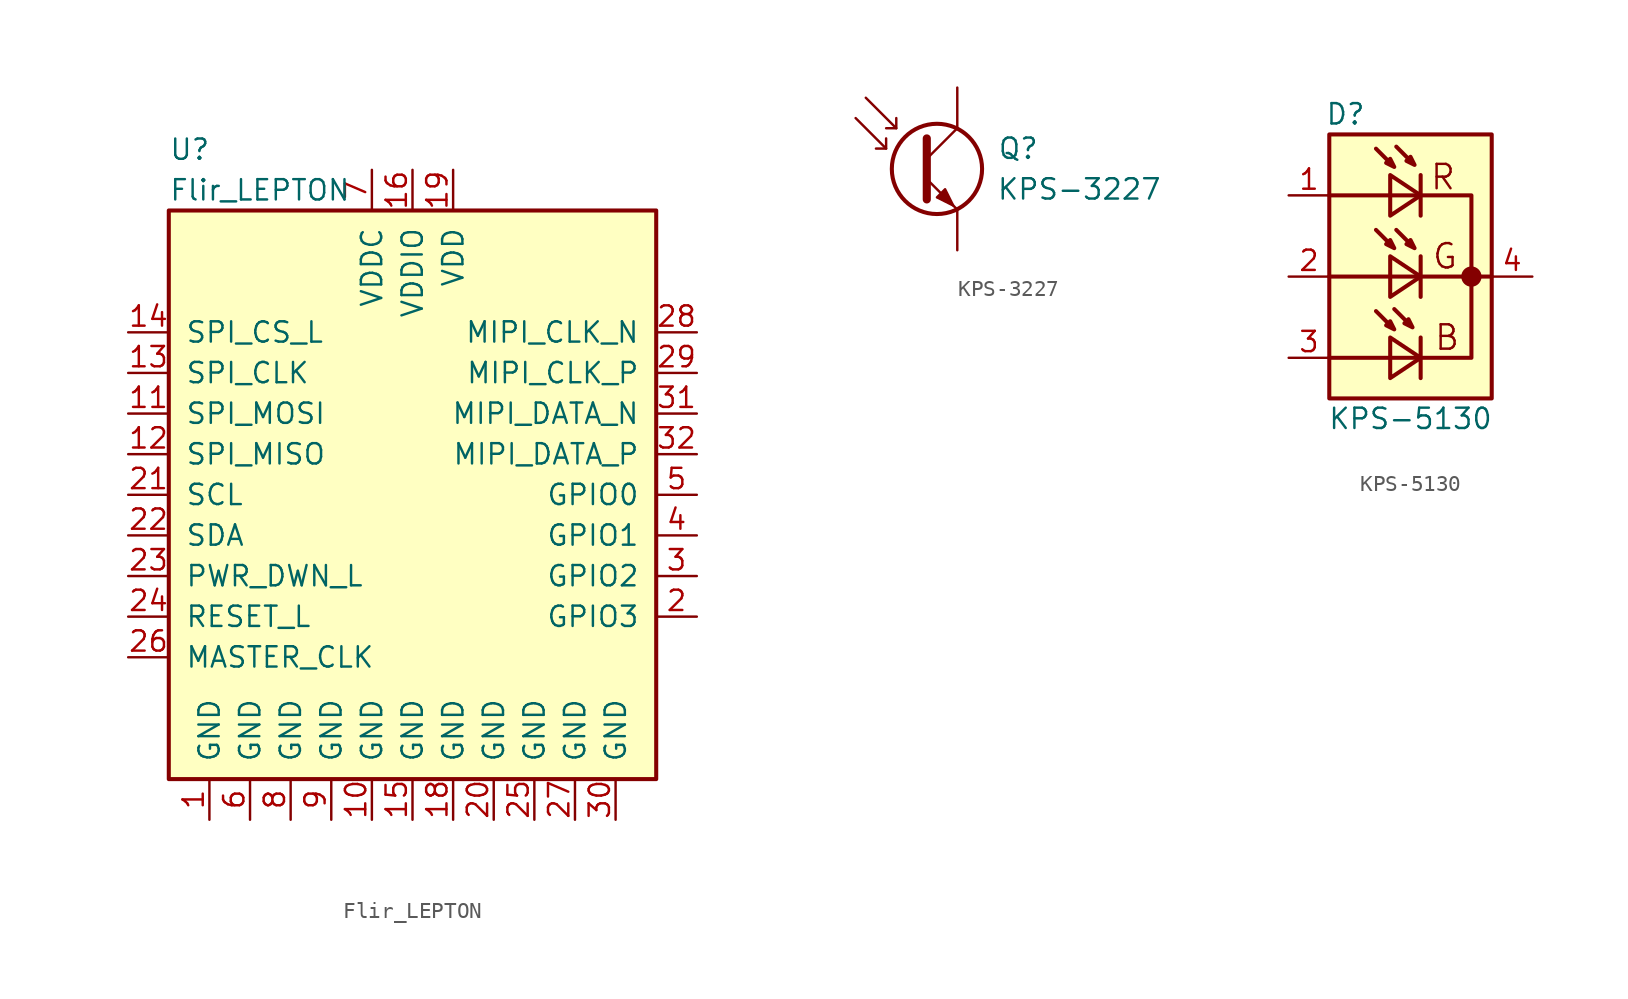
<source format=kicad_sym>
(kicad_symbol_lib
  (version 20211014)
  (generator kicad_symbol_editor)
  (symbol "Sensor_Optical:Flir_LEPTON"
    (pin_names
      (offset 1.016))
    (property "Reference" "U"
      (at -15.24 21.59 0)
      (effects (font (size 1.27 1.27)) (justify left)))
    (property "Value" "Flir_LEPTON"
      (at -15.24 19.05 0)
      (effects (font (size 1.27 1.27)) (justify left)))
    (symbol "Flir_LEPTON_0_1"
      (rectangle (start -15.24 17.78) (end 15.24 -17.78) (stroke (width 0.254) (type default) (color 0 0 0 0)) (fill (type background))))
    (symbol "Flir_LEPTON_1_1"
      (pin power_in line (at -12.7 -20.32 90) (length 2.54) (name "GND" (effects (font (size 1.27 1.27)))) (number "1" (effects (font (size 1.27 1.27)))))
      (pin power_in line (at -2.54 -20.32 90) (length 2.54) (name "GND" (effects (font (size 1.27 1.27)))) (number "10" (effects (font (size 1.27 1.27)))))
      (pin input line (at -17.78 5.08 0) (length 2.54) (name "SPI_MOSI" (effects (font (size 1.27 1.27)))) (number "11" (effects (font (size 1.27 1.27)))))
      (pin output line (at -17.78 2.54 0) (length 2.54) (name "SPI_MISO" (effects (font (size 1.27 1.27)))) (number "12" (effects (font (size 1.27 1.27)))))
      (pin input line (at -17.78 7.62 0) (length 2.54) (name "SPI_CLK" (effects (font (size 1.27 1.27)))) (number "13" (effects (font (size 1.27 1.27)))))
      (pin input line (at -17.78 10.16 0) (length 2.54) (name "SPI_CS_L" (effects (font (size 1.27 1.27)))) (number "14" (effects (font (size 1.27 1.27)))))
      (pin power_in line (at 0 -20.32 90) (length 2.54) (name "GND" (effects (font (size 1.27 1.27)))) (number "15" (effects (font (size 1.27 1.27)))))
      (pin power_in line (at 0 20.32 270) (length 2.54) (name "VDDIO" (effects (font (size 1.27 1.27)))) (number "16" (effects (font (size 1.27 1.27)))))
      (pin no_connect line (at 17.78 -10.16 180) (length 2.54) hide (name "NC" (effects (font (size 1.27 1.27)))) (number "17" (effects (font (size 1.27 1.27)))))
      (pin power_in line (at 2.54 -20.32 90) (length 2.54) (name "GND" (effects (font (size 1.27 1.27)))) (number "18" (effects (font (size 1.27 1.27)))))
      (pin power_in line (at 2.54 20.32 270) (length 2.54) (name "VDD" (effects (font (size 1.27 1.27)))) (number "19" (effects (font (size 1.27 1.27)))))
      (pin bidirectional line (at 17.78 -7.62 180) (length 2.54) (name "GPIO3" (effects (font (size 1.27 1.27)))) (number "2" (effects (font (size 1.27 1.27)))))
      (pin power_in line (at 5.08 -20.32 90) (length 2.54) (name "GND" (effects (font (size 1.27 1.27)))) (number "20" (effects (font (size 1.27 1.27)))))
      (pin input line (at -17.78 0 0) (length 2.54) (name "SCL" (effects (font (size 1.27 1.27)))) (number "21" (effects (font (size 1.27 1.27)))))
      (pin bidirectional line (at -17.78 -2.54 0) (length 2.54) (name "SDA" (effects (font (size 1.27 1.27)))) (number "22" (effects (font (size 1.27 1.27)))))
      (pin input line (at -17.78 -5.08 0) (length 2.54) (name "PWR_DWN_L" (effects (font (size 1.27 1.27)))) (number "23" (effects (font (size 1.27 1.27)))))
      (pin input line (at -17.78 -7.62 0) (length 2.54) (name "RESET_L" (effects (font (size 1.27 1.27)))) (number "24" (effects (font (size 1.27 1.27)))))
      (pin power_in line (at 7.62 -20.32 90) (length 2.54) (name "GND" (effects (font (size 1.27 1.27)))) (number "25" (effects (font (size 1.27 1.27)))))
      (pin input line (at -17.78 -10.16 0) (length 2.54) (name "MASTER_CLK" (effects (font (size 1.27 1.27)))) (number "26" (effects (font (size 1.27 1.27)))))
      (pin power_in line (at 10.16 -20.32 90) (length 2.54) (name "GND" (effects (font (size 1.27 1.27)))) (number "27" (effects (font (size 1.27 1.27)))))
      (pin output line (at 17.78 10.16 180) (length 2.54) (name "MIPI_CLK_N" (effects (font (size 1.27 1.27)))) (number "28" (effects (font (size 1.27 1.27)))))
      (pin output line (at 17.78 7.62 180) (length 2.54) (name "MIPI_CLK_P" (effects (font (size 1.27 1.27)))) (number "29" (effects (font (size 1.27 1.27)))))
      (pin bidirectional line (at 17.78 -5.08 180) (length 2.54) (name "GPIO2" (effects (font (size 1.27 1.27)))) (number "3" (effects (font (size 1.27 1.27)))))
      (pin power_in line (at 12.7 -20.32 90) (length 2.54) (name "GND" (effects (font (size 1.27 1.27)))) (number "30" (effects (font (size 1.27 1.27)))))
      (pin output line (at 17.78 5.08 180) (length 2.54) (name "MIPI_DATA_N" (effects (font (size 1.27 1.27)))) (number "31" (effects (font (size 1.27 1.27)))))
      (pin output line (at 17.78 2.54 180) (length 2.54) (name "MIPI_DATA_P" (effects (font (size 1.27 1.27)))) (number "32" (effects (font (size 1.27 1.27)))))
      (pin bidirectional line (at 17.78 -2.54 180) (length 2.54) (name "GPIO1" (effects (font (size 1.27 1.27)))) (number "4" (effects (font (size 1.27 1.27)))))
      (pin bidirectional line (at 17.78 0 180) (length 2.54) (name "GPIO0" (effects (font (size 1.27 1.27)))) (number "5" (effects (font (size 1.27 1.27)))))
      (pin power_in line (at -10.16 -20.32 90) (length 2.54) (name "GND" (effects (font (size 1.27 1.27)))) (number "6" (effects (font (size 1.27 1.27)))))
      (pin power_in line (at -2.54 20.32 270) (length 2.54) (name "VDDC" (effects (font (size 1.27 1.27)))) (number "7" (effects (font (size 1.27 1.27)))))
      (pin power_in line (at -7.62 -20.32 90) (length 2.54) (name "GND" (effects (font (size 1.27 1.27)))) (number "8" (effects (font (size 1.27 1.27)))))
      (pin power_in line (at -5.08 -20.32 90) (length 2.54) (name "GND" (effects (font (size 1.27 1.27)))) (number "9" (effects (font (size 1.27 1.27)))))))
  (symbol "Sensor_Optical:KPS-3227"
    (pin_numbers hide)
    (property "Reference" "Q"
      (at 3.81 1.27 0)
      (effects (font (size 1.27 1.27))))
    (property "Value" "KPS-3227"
      (at 7.62 -1.27 0)
      (effects (font (size 1.27 1.27))))
    (symbol "KPS-3227_1_1"
      (circle (center -1.27 0) (radius 2.819) (stroke (width 0.254)) (stroke (width 0.254) (type default) (color 0 0 0 0)) (fill (type none)))
      (polyline (pts (xy -4.445 1.27) (xy -5.08 1.27)) (stroke (width 0) (type default) (color 0 0 0 0)) (fill (type none)))
      (polyline (pts (xy -3.81 2.54) (xy -4.445 2.54)) (stroke (width 0) (type default) (color 0 0 0 0)) (fill (type none)))
      (polyline (pts (xy -1.905 0.635) (xy 0 2.54)) (stroke (width 0) (type default) (color 0 0 0 0)) (fill (type none)))
      (polyline (pts (xy -6.35 3.175) (xy -4.445 1.27) (xy -4.445 1.905)) (stroke (width 0) (type default) (color 0 0 0 0)) (fill (type none)))
      (polyline (pts (xy -5.715 4.445) (xy -3.81 2.54) (xy -3.81 3.175)) (stroke (width 0) (type default) (color 0 0 0 0)) (fill (type none)))
      (polyline (pts (xy -1.905 -0.635) (xy 0 -2.54) (xy 0 -2.54)) (stroke (width 0) (type default) (color 0 0 0 0)) (fill (type none)))
      (polyline (pts (xy -1.905 1.905) (xy -1.905 -1.905) (xy -1.905 -1.905)) (stroke (width 0.508) (type default) (color 0 0 0 0)) (fill (type none)))
      (polyline (pts (xy -1.27 -1.778) (xy -0.762 -1.27) (xy -0.254 -2.286) (xy -1.27 -1.778) (xy -1.27 -1.778)) (stroke (width 0) (type default) (color 0 0 0 0)) (fill (type outline)))
      (pin passive line (at 0 5.08 270) (length 2.54) hide (name "~" (effects (font (size 1.27 1.27)))) (number "1" (effects (font (size 1.27 1.27)))))
      (pin passive line (at 0 -5.08 90) (length 2.54) hide (name "~" (effects (font (size 1.27 1.27)))) (number "2" (effects (font (size 1.27 1.27)))))
      (pin passive line (at 0 5.08 270) (length 2.54) (name "~" (effects (font (size 1.27 1.27)))) (number "3" (effects (font (size 1.27 1.27)))))
      (pin passive line (at 0 -5.08 90) (length 2.54) (name "~" (effects (font (size 1.27 1.27)))) (number "4" (effects (font (size 1.27 1.27)))))))
  (symbol "Sensor_Optical:KPS-5130"
    (pin_names hide)
    (property "Reference" "D"
      (at -4.064 10.16 0)
      (effects (font (size 1.27 1.27))))
    (property "Value" "KPS-5130"
      (at 0 -8.89 0)
      (effects (font (size 1.27 1.27))))
    (symbol "KPS-5130_0_0"
      (text "B" (at 2.286 -3.81 0) (effects (font (size 1.524 1.524))))
      (text "G" (at 2.159 1.27 0) (effects (font (size 1.524 1.524))))
      (text "R" (at 2.032 6.223 0) (effects (font (size 1.524 1.524)))))
    (symbol "KPS-5130_0_1"
      (polyline (pts (xy 5.08 0) (xy -5.08 0)) (stroke (width 0.254) (type default) (color 0 0 0 0)) (fill (type none)))
      (polyline (pts (xy -5.08 5.08) (xy 3.81 5.08) (xy 3.81 -5.08) (xy -5.08 -5.08)) (stroke (width 0.254) (type default) (color 0 0 0 0)) (fill (type none)))
      (polyline (pts (xy -2.159 -2.159) (xy -1.016 -3.302) (xy -1.27 -2.794) (xy -1.524 -3.048) (xy -1.016 -3.302)) (stroke (width 0.254) (type default) (color 0 0 0 0)) (fill (type none)))
      (polyline (pts (xy -2.159 2.921) (xy -1.016 1.778) (xy -1.27 2.286) (xy -1.524 2.032) (xy -1.016 1.778)) (stroke (width 0.254) (type default) (color 0 0 0 0)) (fill (type none)))
      (polyline (pts (xy -2.159 8.001) (xy -1.016 6.858) (xy -1.27 7.366) (xy -1.524 7.112) (xy -1.016 6.858)) (stroke (width 0.254) (type default) (color 0 0 0 0)) (fill (type none)))
      (polyline (pts (xy -1.016 -2.032) (xy 0.127 -3.175) (xy -0.127 -2.667) (xy -0.381 -2.921) (xy 0.127 -3.175)) (stroke (width 0.254) (type default) (color 0 0 0 0)) (fill (type none)))
      (polyline (pts (xy -0.889 2.921) (xy 0.254 1.778) (xy 0 2.286) (xy -0.254 2.032) (xy 0.254 1.778)) (stroke (width 0.254) (type default) (color 0 0 0 0)) (fill (type none)))
      (polyline (pts (xy -0.889 8.128) (xy 0.254 6.985) (xy 0 7.493) (xy -0.254 7.239) (xy 0.254 6.985)) (stroke (width 0.254) (type default) (color 0 0 0 0)) (fill (type none)))
      (polyline (pts (xy 0.635 -3.81) (xy 0.635 -6.35) (xy 0.635 -5.08) (xy -1.27 -3.81) (xy -1.27 -6.35) (xy 0.635 -5.08)) (stroke (width 0.254) (type default) (color 0 0 0 0)) (fill (type none)))
      (polyline (pts (xy 0.635 1.27) (xy 0.635 -1.27) (xy 0.635 0) (xy -1.27 1.27) (xy -1.27 -1.27) (xy 0.635 0)) (stroke (width 0.254) (type default) (color 0 0 0 0)) (fill (type none)))
      (polyline (pts (xy 0.635 6.35) (xy 0.635 3.81) (xy 0.635 5.08) (xy -1.27 6.35) (xy -1.27 3.81) (xy 0.635 5.08)) (stroke (width 0.254) (type default) (color 0 0 0 0)) (fill (type none)))
      (circle (center 3.81 0) (radius 0.508) (stroke (width 0.254)) (stroke (width 0.254) (type default) (color 0 0 0 0)) (fill (type outline))))
    (symbol "KPS-5130_1_1"
      (rectangle (start 5.08 8.89) (end -5.08 -7.62) (stroke (width 0.254) (type default) (color 0 0 0 0)) (fill (type background)))
      (pin passive line (at -7.62 5.08 0) (length 2.54) (name "AR" (effects (font (size 1.27 1.27)))) (number "1" (effects (font (size 1.27 1.27)))))
      (pin passive line (at -7.62 0 0) (length 2.54) (name "AG" (effects (font (size 1.27 1.27)))) (number "2" (effects (font (size 1.27 1.27)))))
      (pin passive line (at -7.62 -5.08 0) (length 2.54) (name "AB" (effects (font (size 1.27 1.27)))) (number "3" (effects (font (size 1.27 1.27)))))
      (pin passive line (at 7.62 0 180) (length 2.54) (name "C" (effects (font (size 1.27 1.27)))) (number "4" (effects (font (size 1.27 1.27))))))))
</source>
